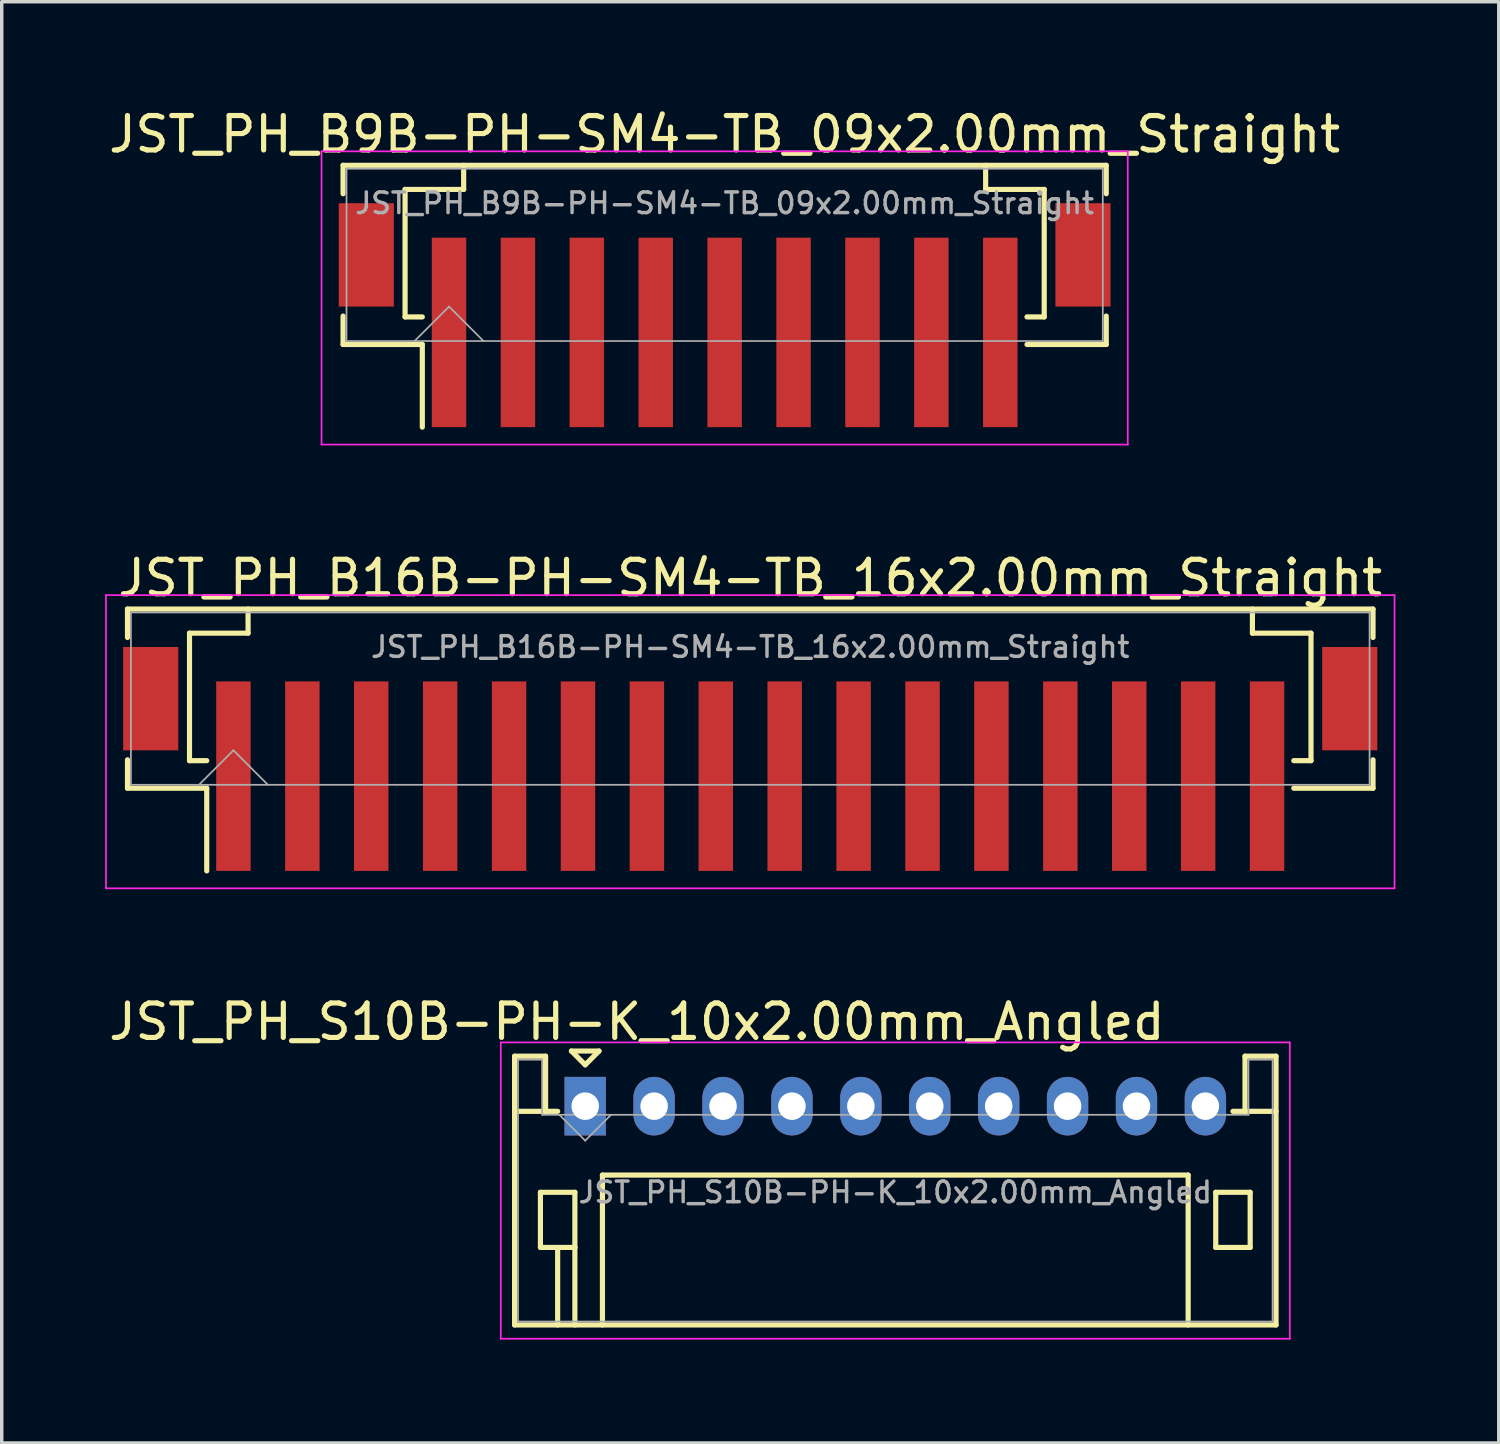
<source format=kicad_pcb>
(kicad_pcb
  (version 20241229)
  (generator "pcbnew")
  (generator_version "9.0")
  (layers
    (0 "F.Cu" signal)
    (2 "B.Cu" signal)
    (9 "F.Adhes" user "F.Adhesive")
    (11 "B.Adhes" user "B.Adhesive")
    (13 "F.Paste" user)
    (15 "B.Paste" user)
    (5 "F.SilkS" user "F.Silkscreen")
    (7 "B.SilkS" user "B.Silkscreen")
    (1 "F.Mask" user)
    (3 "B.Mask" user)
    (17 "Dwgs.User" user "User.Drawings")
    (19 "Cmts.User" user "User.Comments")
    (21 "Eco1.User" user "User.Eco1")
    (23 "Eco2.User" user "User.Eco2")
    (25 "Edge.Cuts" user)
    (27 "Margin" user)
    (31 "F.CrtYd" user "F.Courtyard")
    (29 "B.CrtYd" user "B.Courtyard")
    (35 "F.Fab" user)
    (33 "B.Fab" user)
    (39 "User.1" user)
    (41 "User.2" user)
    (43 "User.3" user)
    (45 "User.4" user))
  (footprint "JST_PH_B16B-PH-SM4-TB_16x2.00mm_Straight"
    (layer "F.Cu")
    (at 18.725 18.352)
    (property "Reference" "JST_PH_B16B-PH-SM4-TB_16x2.00mm_Straight" (at 0 -2.625 0) (layer "F.Fab") (effects (font (size 0.6 0.6) (thickness 0.1))))
    (attr smd)
    (fp_line (start -18.075 -3.725) (end 18.075 -3.725) (stroke (width 0.15) (type solid)) (layer "F.SilkS"))
    (fp_line (start -18.075 -2.9) (end -18.075 -3.725) (stroke (width 0.15) (type solid)) (layer "F.SilkS"))
    (fp_line (start -18.075 0.65) (end -18.075 1.475) (stroke (width 0.15) (type solid)) (layer "F.SilkS"))
    (fp_line (start -18.075 1.475) (end -15.775 1.475) (stroke (width 0.15) (type solid)) (layer "F.SilkS"))
    (fp_line (start -16.275 -3.025) (end -16.275 0.675) (stroke (width 0.15) (type solid)) (layer "F.SilkS"))
    (fp_line (start -16.275 0.675) (end -15.775 0.675) (stroke (width 0.15) (type solid)) (layer "F.SilkS"))
    (fp_line (start -15.775 1.475) (end -15.775 3.875) (stroke (width 0.15) (type solid)) (layer "F.SilkS"))
    (fp_line (start -14.575 -3.725) (end -14.575 -3.025) (stroke (width 0.15) (type solid)) (layer "F.SilkS"))
    (fp_line (start -14.575 -3.025) (end -16.275 -3.025) (stroke (width 0.15) (type solid)) (layer "F.SilkS"))
    (fp_line (start 14.575 -3.725) (end 14.575 -3.025) (stroke (width 0.15) (type solid)) (layer "F.SilkS"))
    (fp_line (start 14.575 -3.025) (end 16.275 -3.025) (stroke (width 0.15) (type solid)) (layer "F.SilkS"))
    (fp_line (start 16.275 -3.025) (end 16.275 0.675) (stroke (width 0.15) (type solid)) (layer "F.SilkS"))
    (fp_line (start 16.275 0.675) (end 15.775 0.675) (stroke (width 0.15) (type solid)) (layer "F.SilkS"))
    (fp_line (start 18.075 -3.725) (end 18.075 -2.9) (stroke (width 0.15) (type solid)) (layer "F.SilkS"))
    (fp_line (start 18.075 0.65) (end 18.075 1.475) (stroke (width 0.15) (type solid)) (layer "F.SilkS"))
    (fp_line (start 18.075 1.475) (end 15.775 1.475) (stroke (width 0.15) (type solid)) (layer "F.SilkS"))
    (fp_line (start -18.7 -4.13) (end -18.7 4.38) (stroke (width 0.05) (type solid)) (layer "F.CrtYd"))
    (fp_line (start -18.7 4.38) (end 18.7 4.38) (stroke (width 0.05) (type solid)) (layer "F.CrtYd"))
    (fp_line (start 18.7 -4.13) (end -18.7 -4.13) (stroke (width 0.05) (type solid)) (layer "F.CrtYd"))
    (fp_line (start 18.7 4.38) (end 18.7 -4.13) (stroke (width 0.05) (type solid)) (layer "F.CrtYd"))
    (fp_line (start -17.975 -3.625) (end -17.975 1.375) (stroke (width 0.05) (type solid)) (layer "F.Fab"))
    (fp_line (start -17.975 1.375) (end 17.975 1.375) (stroke (width 0.05) (type solid)) (layer "F.Fab"))
    (fp_line (start -16 1.375) (end -15 0.375) (stroke (width 0.05) (type solid)) (layer "F.Fab"))
    (fp_line (start -15 0.375) (end -14 1.375) (stroke (width 0.05) (type solid)) (layer "F.Fab"))
    (fp_line (start 17.975 -3.625) (end -17.975 -3.625) (stroke (width 0.05) (type solid)) (layer "F.Fab"))
    (fp_line (start 17.975 1.375) (end 17.975 -3.625) (stroke (width 0.05) (type solid)) (layer "F.Fab"))
    (fp_text user "${REFERENCE}" (at 0 -4.625 0) (layer "F.SilkS") (effects (font (size 1 1) (thickness 0.15))))
    (pad "" smd rect (at -17.4 -1.125) (size 1.6 3) (layers "F.Cu" "F.Mask" "F.Paste"))
    (pad "" smd rect (at 17.4 -1.125) (size 1.6 3) (layers "F.Cu" "F.Mask" "F.Paste"))
    (pad "1" smd rect (at -15 1.125) (size 1 5.5) (layers "F.Cu" "F.Mask" "F.Paste"))
    (pad "2" smd rect (at -13 1.125) (size 1 5.5) (layers "F.Cu" "F.Mask" "F.Paste"))
    (pad "3" smd rect (at -11 1.125) (size 1 5.5) (layers "F.Cu" "F.Mask" "F.Paste"))
    (pad "4" smd rect (at -9 1.125) (size 1 5.5) (layers "F.Cu" "F.Mask" "F.Paste"))
    (pad "5" smd rect (at -7 1.125) (size 1 5.5) (layers "F.Cu" "F.Mask" "F.Paste"))
    (pad "6" smd rect (at -5 1.125) (size 1 5.5) (layers "F.Cu" "F.Mask" "F.Paste"))
    (pad "7" smd rect (at -3 1.125) (size 1 5.5) (layers "F.Cu" "F.Mask" "F.Paste"))
    (pad "8" smd rect (at -1 1.125) (size 1 5.5) (layers "F.Cu" "F.Mask" "F.Paste"))
    (pad "9" smd rect (at 1 1.125) (size 1 5.5) (layers "F.Cu" "F.Mask" "F.Paste"))
    (pad "10" smd rect (at 3 1.125) (size 1 5.5) (layers "F.Cu" "F.Mask" "F.Paste"))
    (pad "11" smd rect (at 5 1.125) (size 1 5.5) (layers "F.Cu" "F.Mask" "F.Paste"))
    (pad "12" smd rect (at 7 1.125) (size 1 5.5) (layers "F.Cu" "F.Mask" "F.Paste"))
    (pad "13" smd rect (at 9 1.125) (size 1 5.5) (layers "F.Cu" "F.Mask" "F.Paste"))
    (pad "14" smd rect (at 11 1.125) (size 1 5.5) (layers "F.Cu" "F.Mask" "F.Paste"))
    (pad "15" smd rect (at 13 1.125) (size 1 5.5) (layers "F.Cu" "F.Mask" "F.Paste"))
    (pad "16" smd rect (at 15 1.125) (size 1 5.5) (layers "F.Cu" "F.Mask" "F.Paste")))
  (footprint "JST_PH_S10B-PH-K_10x2.00mm_Angled"
    (layer "F.Cu")
    (at 13.935 29.055)
    (property "Reference" "JST_PH_S10B-PH-K_10x2.00mm_Angled" (at 9 2.5 0) (layer "F.Fab") (effects (font (size 0.6 0.6) (thickness 0.1))))
    (attr through_hole)
    (fp_line (start -2.05 -1.45) (end -2.05 6.35) (stroke (width 0.15) (type solid)) (layer "F.SilkS"))
    (fp_line (start -2.05 0.15) (end -1.15 0.15) (stroke (width 0.15) (type solid)) (layer "F.SilkS"))
    (fp_line (start -2.05 6.35) (end 20.05 6.35) (stroke (width 0.15) (type solid)) (layer "F.SilkS"))
    (fp_line (start -1.3 2.5) (end -1.3 4.1) (stroke (width 0.15) (type solid)) (layer "F.SilkS"))
    (fp_line (start -1.3 4.1) (end -0.3 4.1) (stroke (width 0.15) (type solid)) (layer "F.SilkS"))
    (fp_line (start -1.15 -1.45) (end -2.05 -1.45) (stroke (width 0.15) (type solid)) (layer "F.SilkS"))
    (fp_line (start -1.15 0.15) (end -1.15 -1.45) (stroke (width 0.15) (type solid)) (layer "F.SilkS"))
    (fp_line (start -0.8 0.15) (end -1.15 0.15) (stroke (width 0.15) (type solid)) (layer "F.SilkS"))
    (fp_line (start -0.8 4.1) (end -0.8 6.35) (stroke (width 0.15) (type solid)) (layer "F.SilkS"))
    (fp_line (start -0.4 -1.6) (end 0.4 -1.6) (stroke (width 0.15) (type solid)) (layer "F.SilkS"))
    (fp_line (start -0.3 2.5) (end -1.3 2.5) (stroke (width 0.15) (type solid)) (layer "F.SilkS"))
    (fp_line (start -0.3 4.1) (end -0.3 2.5) (stroke (width 0.15) (type solid)) (layer "F.SilkS"))
    (fp_line (start -0.3 4.1) (end -0.3 6.35) (stroke (width 0.15) (type solid)) (layer "F.SilkS"))
    (fp_line (start 0 -1.2) (end -0.4 -1.6) (stroke (width 0.15) (type solid)) (layer "F.SilkS"))
    (fp_line (start 0.4 -1.6) (end 0 -1.2) (stroke (width 0.15) (type solid)) (layer "F.SilkS"))
    (fp_line (start 0.5 2) (end 17.5 2) (stroke (width 0.15) (type solid)) (layer "F.SilkS"))
    (fp_line (start 0.5 6.35) (end 0.5 2) (stroke (width 0.15) (type solid)) (layer "F.SilkS"))
    (fp_line (start 17.5 2) (end 17.5 6.35) (stroke (width 0.15) (type solid)) (layer "F.SilkS"))
    (fp_line (start 18.3 2.5) (end 19.3 2.5) (stroke (width 0.15) (type solid)) (layer "F.SilkS"))
    (fp_line (start 18.3 4.1) (end 18.3 2.5) (stroke (width 0.15) (type solid)) (layer "F.SilkS"))
    (fp_line (start 19.15 -1.45) (end 19.15 0.15) (stroke (width 0.15) (type solid)) (layer "F.SilkS"))
    (fp_line (start 19.15 0.15) (end 18.8 0.15) (stroke (width 0.15) (type solid)) (layer "F.SilkS"))
    (fp_line (start 19.3 2.5) (end 19.3 4.1) (stroke (width 0.15) (type solid)) (layer "F.SilkS"))
    (fp_line (start 19.3 4.1) (end 18.3 4.1) (stroke (width 0.15) (type solid)) (layer "F.SilkS"))
    (fp_line (start 20.05 -1.45) (end 19.15 -1.45) (stroke (width 0.15) (type solid)) (layer "F.SilkS"))
    (fp_line (start 20.05 0.15) (end 19.15 0.15) (stroke (width 0.15) (type solid)) (layer "F.SilkS"))
    (fp_line (start 20.05 6.35) (end 20.05 -1.45) (stroke (width 0.15) (type solid)) (layer "F.SilkS"))
    (fp_line (start -2.45 -1.85) (end -2.45 6.75) (stroke (width 0.05) (type solid)) (layer "F.CrtYd"))
    (fp_line (start -2.45 6.75) (end 20.45 6.75) (stroke (width 0.05) (type solid)) (layer "F.CrtYd"))
    (fp_line (start 20.45 -1.85) (end -2.45 -1.85) (stroke (width 0.05) (type solid)) (layer "F.CrtYd"))
    (fp_line (start 20.45 6.75) (end 20.45 -1.85) (stroke (width 0.05) (type solid)) (layer "F.CrtYd"))
    (fp_line (start -1.95 -1.35) (end -1.95 6.25) (stroke (width 0.05) (type solid)) (layer "F.Fab"))
    (fp_line (start -1.95 6.25) (end 19.95 6.25) (stroke (width 0.05) (type solid)) (layer "F.Fab"))
    (fp_line (start -1.25 -1.35) (end -1.95 -1.35) (stroke (width 0.05) (type solid)) (layer "F.Fab"))
    (fp_line (start -1.25 0.25) (end -1.25 -1.35) (stroke (width 0.05) (type solid)) (layer "F.Fab"))
    (fp_line (start -0.75 0.25) (end 0 1) (stroke (width 0.05) (type solid)) (layer "F.Fab"))
    (fp_line (start 0 1) (end 0.75 0.25) (stroke (width 0.05) (type solid)) (layer "F.Fab"))
    (fp_line (start 19.25 -1.35) (end 19.25 0.25) (stroke (width 0.05) (type solid)) (layer "F.Fab"))
    (fp_line (start 19.25 0.25) (end -1.25 0.25) (stroke (width 0.05) (type solid)) (layer "F.Fab"))
    (fp_line (start 19.95 -1.35) (end 19.25 -1.35) (stroke (width 0.05) (type solid)) (layer "F.Fab"))
    (fp_line (start 19.95 6.25) (end 19.95 -1.35) (stroke (width 0.05) (type solid)) (layer "F.Fab"))
    (fp_text user "${REFERENCE}" (at 1.5 -2.45 0) (layer "F.SilkS") (effects (font (size 1 1) (thickness 0.15))))
    (pad "1" thru_hole rect (at 0 0) (size 1.2 1.7) (drill 0.8) (layers "*.Cu" "*.Mask"))
    (pad "2" thru_hole oval (at 2 0) (size 1.2 1.7) (drill 0.8) (layers "*.Cu" "*.Mask"))
    (pad "3" thru_hole oval (at 4 0) (size 1.2 1.7) (drill 0.8) (layers "*.Cu" "*.Mask"))
    (pad "4" thru_hole oval (at 6 0) (size 1.2 1.7) (drill 0.8) (layers "*.Cu" "*.Mask"))
    (pad "5" thru_hole oval (at 8 0) (size 1.2 1.7) (drill 0.8) (layers "*.Cu" "*.Mask"))
    (pad "6" thru_hole oval (at 10 0) (size 1.2 1.7) (drill 0.8) (layers "*.Cu" "*.Mask"))
    (pad "7" thru_hole oval (at 12 0) (size 1.2 1.7) (drill 0.8) (layers "*.Cu" "*.Mask"))
    (pad "8" thru_hole oval (at 14 0) (size 1.2 1.7) (drill 0.8) (layers "*.Cu" "*.Mask"))
    (pad "9" thru_hole oval (at 16 0) (size 1.2 1.7) (drill 0.8) (layers "*.Cu" "*.Mask"))
    (pad "10" thru_hole oval (at 18 0) (size 1.2 1.7) (drill 0.8) (layers "*.Cu" "*.Mask")))
  (footprint "JST_PH_B9B-PH-SM4-TB_09x2.00mm_Straight"
    (layer "F.Cu")
    (at 17.982 5.473)
    (property "Reference" "JST_PH_B9B-PH-SM4-TB_09x2.00mm_Straight" (at 0 -2.625 0) (layer "F.Fab") (effects (font (size 0.6 0.6) (thickness 0.1))))
    (attr smd)
    (fp_line (start -11.075 -3.725) (end 11.075 -3.725) (stroke (width 0.15) (type solid)) (layer "F.SilkS"))
    (fp_line (start -11.075 -2.9) (end -11.075 -3.725) (stroke (width 0.15) (type solid)) (layer "F.SilkS"))
    (fp_line (start -11.075 0.65) (end -11.075 1.475) (stroke (width 0.15) (type solid)) (layer "F.SilkS"))
    (fp_line (start -11.075 1.475) (end -8.775 1.475) (stroke (width 0.15) (type solid)) (layer "F.SilkS"))
    (fp_line (start -9.275 -3.025) (end -9.275 0.675) (stroke (width 0.15) (type solid)) (layer "F.SilkS"))
    (fp_line (start -9.275 0.675) (end -8.775 0.675) (stroke (width 0.15) (type solid)) (layer "F.SilkS"))
    (fp_line (start -8.775 1.475) (end -8.775 3.875) (stroke (width 0.15) (type solid)) (layer "F.SilkS"))
    (fp_line (start -7.575 -3.725) (end -7.575 -3.025) (stroke (width 0.15) (type solid)) (layer "F.SilkS"))
    (fp_line (start -7.575 -3.025) (end -9.275 -3.025) (stroke (width 0.15) (type solid)) (layer "F.SilkS"))
    (fp_line (start 7.575 -3.725) (end 7.575 -3.025) (stroke (width 0.15) (type solid)) (layer "F.SilkS"))
    (fp_line (start 7.575 -3.025) (end 9.275 -3.025) (stroke (width 0.15) (type solid)) (layer "F.SilkS"))
    (fp_line (start 9.275 -3.025) (end 9.275 0.675) (stroke (width 0.15) (type solid)) (layer "F.SilkS"))
    (fp_line (start 9.275 0.675) (end 8.775 0.675) (stroke (width 0.15) (type solid)) (layer "F.SilkS"))
    (fp_line (start 11.075 -3.725) (end 11.075 -2.9) (stroke (width 0.15) (type solid)) (layer "F.SilkS"))
    (fp_line (start 11.075 0.65) (end 11.075 1.475) (stroke (width 0.15) (type solid)) (layer "F.SilkS"))
    (fp_line (start 11.075 1.475) (end 8.775 1.475) (stroke (width 0.15) (type solid)) (layer "F.SilkS"))
    (fp_line (start -11.7 -4.13) (end -11.7 4.38) (stroke (width 0.05) (type solid)) (layer "F.CrtYd"))
    (fp_line (start -11.7 4.38) (end 11.7 4.38) (stroke (width 0.05) (type solid)) (layer "F.CrtYd"))
    (fp_line (start 11.7 -4.13) (end -11.7 -4.13) (stroke (width 0.05) (type solid)) (layer "F.CrtYd"))
    (fp_line (start 11.7 4.38) (end 11.7 -4.13) (stroke (width 0.05) (type solid)) (layer "F.CrtYd"))
    (fp_line (start -10.975 -3.625) (end -10.975 1.375) (stroke (width 0.05) (type solid)) (layer "F.Fab"))
    (fp_line (start -10.975 1.375) (end 10.975 1.375) (stroke (width 0.05) (type solid)) (layer "F.Fab"))
    (fp_line (start -9 1.375) (end -8 0.375) (stroke (width 0.05) (type solid)) (layer "F.Fab"))
    (fp_line (start -8 0.375) (end -7 1.375) (stroke (width 0.05) (type solid)) (layer "F.Fab"))
    (fp_line (start 10.975 -3.625) (end -10.975 -3.625) (stroke (width 0.05) (type solid)) (layer "F.Fab"))
    (fp_line (start 10.975 1.375) (end 10.975 -3.625) (stroke (width 0.05) (type solid)) (layer "F.Fab"))
    (fp_text user "${REFERENCE}" (at 0 -4.625 0) (layer "F.SilkS") (effects (font (size 1 1) (thickness 0.15))))
    (pad "" smd rect (at -10.4 -1.125) (size 1.6 3) (layers "F.Cu" "F.Mask" "F.Paste"))
    (pad "" smd rect (at 10.4 -1.125) (size 1.6 3) (layers "F.Cu" "F.Mask" "F.Paste"))
    (pad "1" smd rect (at -8 1.125) (size 1 5.5) (layers "F.Cu" "F.Mask" "F.Paste"))
    (pad "2" smd rect (at -6 1.125) (size 1 5.5) (layers "F.Cu" "F.Mask" "F.Paste"))
    (pad "3" smd rect (at -4 1.125) (size 1 5.5) (layers "F.Cu" "F.Mask" "F.Paste"))
    (pad "4" smd rect (at -2 1.125) (size 1 5.5) (layers "F.Cu" "F.Mask" "F.Paste"))
    (pad "5" smd rect (at 0 1.125) (size 1 5.5) (layers "F.Cu" "F.Mask" "F.Paste"))
    (pad "6" smd rect (at 2 1.125) (size 1 5.5) (layers "F.Cu" "F.Mask" "F.Paste"))
    (pad "7" smd rect (at 4 1.125) (size 1 5.5) (layers "F.Cu" "F.Mask" "F.Paste"))
    (pad "8" smd rect (at 6 1.125) (size 1 5.5) (layers "F.Cu" "F.Mask" "F.Paste"))
    (pad "9" smd rect (at 8 1.125) (size 1 5.5) (layers "F.Cu" "F.Mask" "F.Paste")))
  (gr_rect
    (start -3 -3)
    (end 40.45 38.83)
    (stroke (width 0.1) (type default))
    (fill no)
    (layer "Edge.Cuts")))
</source>
